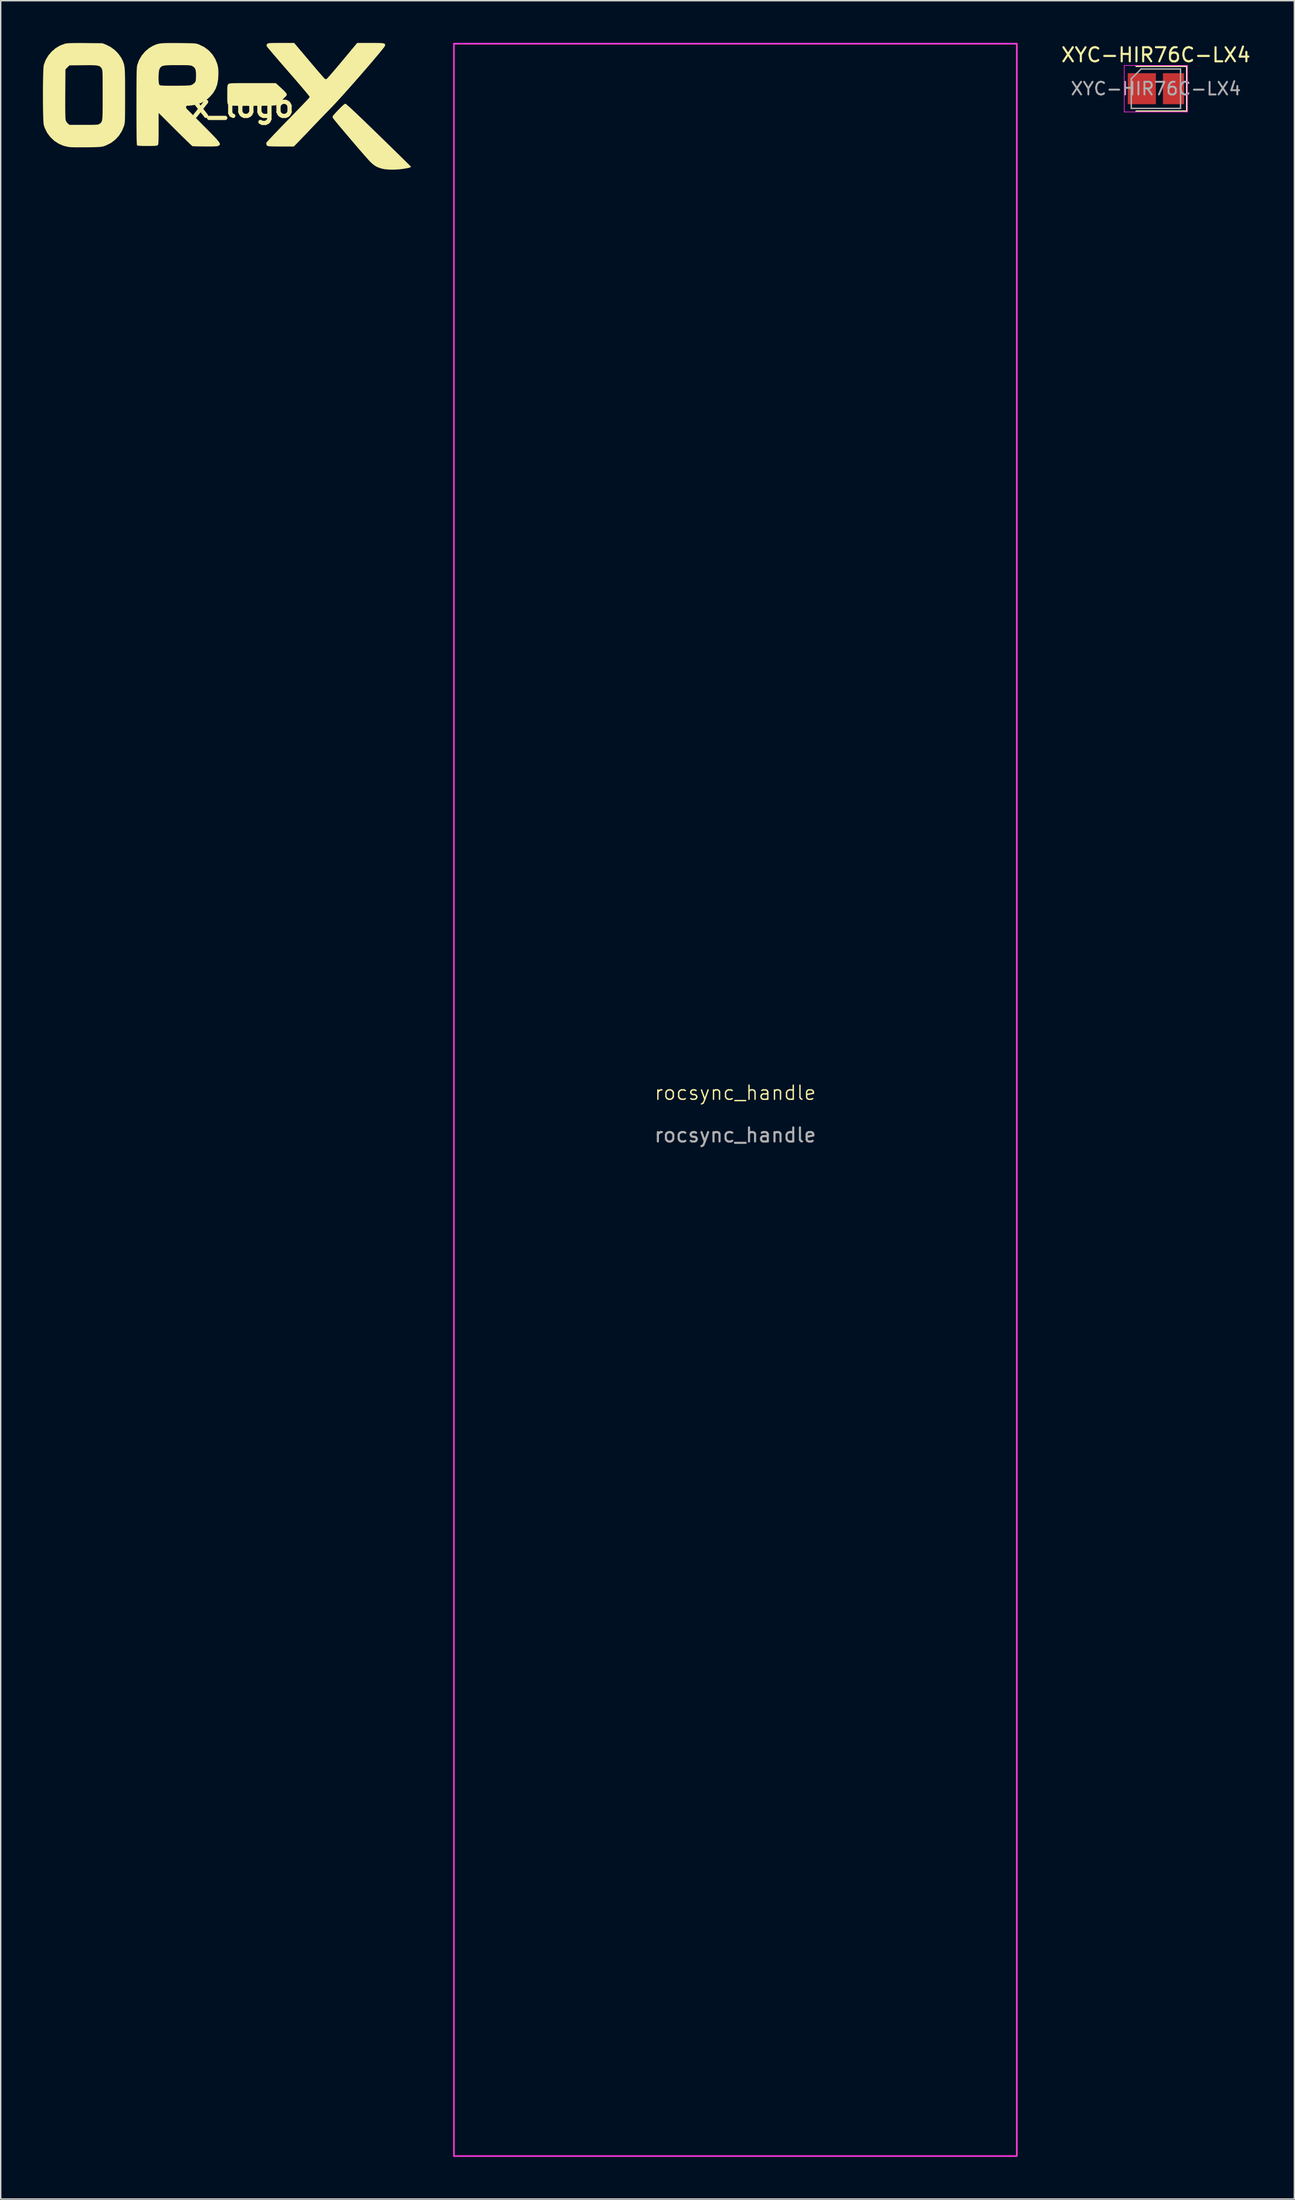
<source format=kicad_pcb>
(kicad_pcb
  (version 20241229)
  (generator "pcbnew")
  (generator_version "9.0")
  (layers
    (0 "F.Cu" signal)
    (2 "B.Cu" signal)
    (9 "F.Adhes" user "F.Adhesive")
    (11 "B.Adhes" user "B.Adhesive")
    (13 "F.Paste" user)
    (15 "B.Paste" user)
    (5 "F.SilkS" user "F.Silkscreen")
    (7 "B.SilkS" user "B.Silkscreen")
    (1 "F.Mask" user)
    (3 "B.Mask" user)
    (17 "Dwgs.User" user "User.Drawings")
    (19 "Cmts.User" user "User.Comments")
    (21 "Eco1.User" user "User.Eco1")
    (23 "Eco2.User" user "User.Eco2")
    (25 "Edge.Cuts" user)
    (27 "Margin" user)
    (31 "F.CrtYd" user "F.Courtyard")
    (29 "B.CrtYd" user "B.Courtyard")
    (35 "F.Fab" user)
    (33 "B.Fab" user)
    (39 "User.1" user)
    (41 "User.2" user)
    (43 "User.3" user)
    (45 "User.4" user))
  (footprint "orx_logo"
    (layer "F.Cu")
    (at 13.062 4.502)
    (property "Reference" "orx_logo" (at 0 0 0) (layer "F.SilkS") (effects (font (size 1.5 1.5) (thickness 0.3))))
    (attr board_only exclude_from_pos_files exclude_from_bom)
    (fp_poly (pts (xy 3.863 -1.307) (xy 4.035 -1.147) (xy 4.155 -1.025) (xy 4.229 -0.934) (xy 4.264 -0.865) (xy 4.266 -0.809) (xy 4.251 -0.775) (xy 4.207 -0.722) (xy 4.12 -0.632) (xy 4.004 -0.52) (xy 3.874 -0.398) (xy 3.744 -0.28) (xy 3.627 -0.179) (xy 3.539 -0.107) (xy 3.501 -0.081) (xy 3.451 -0.069) (xy 3.349 -0.059) (xy 3.189 -0.052) (xy 2.969 -0.046) (xy 2.686 -0.041) (xy 2.335 -0.039) (xy 1.914 -0.038) (xy 1.803 -0.038) (xy 1.413 -0.038) (xy 1.09 -0.038) (xy 0.829 -0.039) (xy 0.622 -0.042) (xy 0.462 -0.045) (xy 0.343 -0.051) (xy 0.258 -0.058) (xy 0.199 -0.067) (xy 0.159 -0.079) (xy 0.133 -0.094) (xy 0.113 -0.113) (xy 0.113 -0.113) (xy 0.085 -0.145) (xy 0.066 -0.187) (xy 0.052 -0.25) (xy 0.044 -0.347) (xy 0.039 -0.487) (xy 0.038 -0.684) (xy 0.038 -0.844) (xy 0.038 -1.083) (xy 0.041 -1.258) (xy 0.046 -1.381) (xy 0.056 -1.464) (xy 0.072 -1.519) (xy 0.094 -1.556) (xy 0.113 -1.576) (xy 0.133 -1.594) (xy 0.159 -1.609) (xy 0.198 -1.621) (xy 0.256 -1.63) (xy 0.341 -1.637) (xy 0.458 -1.643) (xy 0.616 -1.646) (xy 0.821 -1.649) (xy 1.079 -1.65) (xy 1.398 -1.651) (xy 1.785 -1.651) (xy 1.838 -1.651) (xy 3.487 -1.651)) (stroke (width 0) (type solid)) (fill yes) (layer "F.SilkS"))
    (fp_poly (pts (xy 8.468 -0.168) (xy 8.545 -0.107) (xy 8.663 -0.004) (xy 8.824 0.142) (xy 9.029 0.333) (xy 9.28 0.57) (xy 9.578 0.854) (xy 9.925 1.188) (xy 10.322 1.572) (xy 10.77 2.007) (xy 10.794 2.03) (xy 11.14 2.367) (xy 11.47 2.688) (xy 11.78 2.991) (xy 12.067 3.272) (xy 12.327 3.526) (xy 12.555 3.75) (xy 12.747 3.94) (xy 12.901 4.091) (xy 13.011 4.201) (xy 13.074 4.266) (xy 13.088 4.281) (xy 13.075 4.314) (xy 13.007 4.347) (xy 12.88 4.38) (xy 12.687 4.416) (xy 12.518 4.443) (xy 12.196 4.479) (xy 11.865 4.495) (xy 11.547 4.492) (xy 11.264 4.469) (xy 11.105 4.442) (xy 10.848 4.372) (xy 10.626 4.275) (xy 10.422 4.14) (xy 10.216 3.956) (xy 10.084 3.816) (xy 9.956 3.674) (xy 9.797 3.493) (xy 9.612 3.281) (xy 9.407 3.045) (xy 9.189 2.792) (xy 8.963 2.528) (xy 8.735 2.26) (xy 8.511 1.996) (xy 8.296 1.743) (xy 8.098 1.507) (xy 7.921 1.295) (xy 7.772 1.115) (xy 7.656 0.973) (xy 7.58 0.876) (xy 7.554 0.84) (xy 7.529 0.798) (xy 7.52 0.758) (xy 7.531 0.711) (xy 7.569 0.648) (xy 7.64 0.562) (xy 7.748 0.442) (xy 7.9 0.282) (xy 7.981 0.197) (xy 8.164 0.013) (xy 8.302 -0.112) (xy 8.396 -0.177) (xy 8.432 -0.188)) (stroke (width 0) (type solid)) (fill yes) (layer "F.SilkS"))
    (fp_poly (pts (xy 5.868 -3.23) (xy 6.092 -2.965) (xy 6.303 -2.718) (xy 6.494 -2.494) (xy 6.662 -2.301) (xy 6.8 -2.143) (xy 6.904 -2.027) (xy 6.969 -1.958) (xy 6.988 -1.941) (xy 7.065 -1.936) (xy 7.091 -1.941) (xy 7.126 -1.972) (xy 7.204 -2.056) (xy 7.319 -2.185) (xy 7.467 -2.354) (xy 7.641 -2.557) (xy 7.838 -2.789) (xy 8.052 -3.043) (xy 8.208 -3.229) (xy 9.269 -4.502) (xy 10.22 -4.502) (xy 10.528 -4.502) (xy 10.77 -4.499) (xy 10.952 -4.494) (xy 11.083 -4.483) (xy 11.171 -4.465) (xy 11.223 -4.44) (xy 11.248 -4.405) (xy 11.254 -4.358) (xy 11.249 -4.303) (xy 11.222 -4.254) (xy 11.149 -4.155) (xy 11.035 -4.011) (xy 10.885 -3.827) (xy 10.703 -3.608) (xy 10.494 -3.359) (xy 10.262 -3.087) (xy 10.012 -2.795) (xy 9.748 -2.491) (xy 9.476 -2.177) (xy 9.199 -1.861) (xy 8.923 -1.547) (xy 8.651 -1.241) (xy 8.389 -0.948) (xy 8.141 -0.673) (xy 7.912 -0.421) (xy 7.706 -0.198) (xy 7.527 -0.009) (xy 7.428 0.094) (xy 7.204 0.324) (xy 6.943 0.593) (xy 6.661 0.884) (xy 6.374 1.183) (xy 6.096 1.473) (xy 5.843 1.738) (xy 5.837 1.745) (xy 5.627 1.966) (xy 5.428 2.173) (xy 5.249 2.36) (xy 5.096 2.519) (xy 4.977 2.643) (xy 4.897 2.723) (xy 4.872 2.748) (xy 4.764 2.851) (xy 3.852 2.851) (xy 3.539 2.85) (xy 3.295 2.847) (xy 3.113 2.84) (xy 2.987 2.83) (xy 2.91 2.817) (xy 2.88 2.805) (xy 2.82 2.723) (xy 2.809 2.6) (xy 2.809 2.595) (xy 2.836 2.558) (xy 2.909 2.474) (xy 3.025 2.347) (xy 3.178 2.183) (xy 3.363 1.987) (xy 3.574 1.766) (xy 3.807 1.523) (xy 4.041 1.282) (xy 4.397 0.916) (xy 4.703 0.6) (xy 4.965 0.33) (xy 5.185 0.102) (xy 5.367 -0.086) (xy 5.515 -0.241) (xy 5.632 -0.364) (xy 5.722 -0.46) (xy 5.788 -0.533) (xy 5.834 -0.586) (xy 5.864 -0.624) (xy 5.881 -0.649) (xy 5.888 -0.667) (xy 5.89 -0.68) (xy 5.89 -0.682) (xy 5.866 -0.719) (xy 5.797 -0.808) (xy 5.687 -0.942) (xy 5.539 -1.118) (xy 5.36 -1.331) (xy 5.152 -1.574) (xy 4.92 -1.844) (xy 4.668 -2.135) (xy 4.401 -2.442) (xy 4.385 -2.46) (xy 4.116 -2.769) (xy 3.861 -3.063) (xy 3.625 -3.336) (xy 3.411 -3.585) (xy 3.225 -3.803) (xy 3.07 -3.985) (xy 2.952 -4.127) (xy 2.874 -4.222) (xy 2.841 -4.267) (xy 2.841 -4.268) (xy 2.823 -4.347) (xy 2.864 -4.42) (xy 2.87 -4.427) (xy 2.895 -4.45) (xy 2.928 -4.468) (xy 2.978 -4.482) (xy 3.055 -4.491) (xy 3.168 -4.497) (xy 3.327 -4.5) (xy 3.541 -4.502) (xy 3.819 -4.502) (xy 3.866 -4.502) (xy 4.793 -4.502)) (stroke (width 0) (type solid)) (fill yes) (layer "F.SilkS"))
    (fp_poly (pts (xy -10.173 -4.496) (xy -10.028 -4.494) (xy -8.836 -4.482) (xy -8.573 -4.379) (xy -8.249 -4.215) (xy -7.951 -3.995) (xy -7.692 -3.73) (xy -7.487 -3.434) (xy -7.41 -3.283) (xy -7.37 -3.19) (xy -7.336 -3.103) (xy -7.307 -3.015) (xy -7.284 -2.919) (xy -7.265 -2.809) (xy -7.251 -2.676) (xy -7.24 -2.514) (xy -7.233 -2.316) (xy -7.227 -2.075) (xy -7.224 -1.784) (xy -7.223 -1.436) (xy -7.222 -1.023) (xy -7.222 -0.769) (xy -7.222 -0.337) (xy -7.223 0.028) (xy -7.225 0.331) (xy -7.227 0.579) (xy -7.23 0.779) (xy -7.235 0.939) (xy -7.242 1.064) (xy -7.25 1.162) (xy -7.26 1.239) (xy -7.273 1.302) (xy -7.288 1.358) (xy -7.291 1.369) (xy -7.444 1.745) (xy -7.657 2.081) (xy -7.924 2.37) (xy -8.24 2.606) (xy -8.598 2.783) (xy -8.742 2.834) (xy -8.819 2.854) (xy -8.914 2.87) (xy -9.034 2.883) (xy -9.191 2.892) (xy -9.393 2.9) (xy -9.651 2.905) (xy -9.961 2.909) (xy -10.243 2.911) (xy -10.512 2.911) (xy -10.756 2.909) (xy -10.961 2.905) (xy -11.115 2.899) (xy -11.199 2.892) (xy -11.578 2.809) (xy -11.93 2.66) (xy -12.25 2.453) (xy -12.527 2.194) (xy -12.756 1.891) (xy -12.927 1.551) (xy -13.001 1.324) (xy -13.015 1.23) (xy -13.027 1.07) (xy -13.038 0.853) (xy -13.046 0.589) (xy -13.053 0.287) (xy -13.058 -0.044) (xy -13.061 -0.395) (xy -13.061 -0.397) (xy -11.476 -0.397) (xy -11.476 0.021) (xy -11.473 0.365) (xy -11.468 0.634) (xy -11.461 0.828) (xy -11.451 0.948) (xy -11.445 0.982) (xy -11.387 1.101) (xy -11.3 1.207) (xy -11.29 1.217) (xy -11.175 1.313) (xy -10.151 1.313) (xy -9.846 1.313) (xy -9.608 1.312) (xy -9.426 1.309) (xy -9.292 1.304) (xy -9.196 1.297) (xy -9.13 1.286) (xy -9.084 1.27) (xy -9.049 1.25) (xy -9.028 1.235) (xy -8.98 1.197) (xy -8.94 1.16) (xy -8.908 1.117) (xy -8.881 1.062) (xy -8.861 0.988) (xy -8.845 0.888) (xy -8.834 0.756) (xy -8.826 0.585) (xy -8.821 0.368) (xy -8.818 0.099) (xy -8.817 -0.228) (xy -8.817 -0.622) (xy -8.817 -0.814) (xy -8.817 -1.223) (xy -8.818 -1.564) (xy -8.819 -1.843) (xy -8.821 -2.068) (xy -8.824 -2.245) (xy -8.829 -2.381) (xy -8.836 -2.482) (xy -8.844 -2.556) (xy -8.855 -2.609) (xy -8.869 -2.649) (xy -8.885 -2.681) (xy -8.893 -2.694) (xy -8.938 -2.761) (xy -8.989 -2.814) (xy -9.054 -2.854) (xy -9.142 -2.884) (xy -9.262 -2.904) (xy -9.422 -2.916) (xy -9.632 -2.921) (xy -9.901 -2.922) (xy -10.207 -2.919) (xy -11.179 -2.908) (xy -11.321 -2.766) (xy -11.462 -2.625) (xy -11.473 -0.89) (xy -11.476 -0.397) (xy -13.061 -0.397) (xy -13.062 -0.756) (xy -13.062 -1.119) (xy -13.059 -1.474) (xy -13.055 -1.811) (xy -13.048 -2.122) (xy -13.04 -2.398) (xy -13.03 -2.628) (xy -13.018 -2.805) (xy -13.005 -2.919) (xy -13.001 -2.938) (xy -12.875 -3.28) (xy -12.688 -3.598) (xy -12.449 -3.883) (xy -12.169 -4.125) (xy -11.856 -4.314) (xy -11.521 -4.441) (xy -11.421 -4.465) (xy -11.311 -4.479) (xy -11.128 -4.489) (xy -10.876 -4.495) (xy -10.557 -4.497)) (stroke (width 0) (type solid)) (fill yes) (layer "F.SilkS"))
    (fp_poly (pts (xy -3.73 -4.498) (xy -3.387 -4.495) (xy -3.056 -4.491) (xy -2.79 -4.487) (xy -2.58 -4.483) (xy -2.418 -4.477) (xy -2.294 -4.469) (xy -2.2 -4.458) (xy -2.125 -4.444) (xy -2.06 -4.426) (xy -1.997 -4.403) (xy -1.97 -4.393) (xy -1.598 -4.209) (xy -1.279 -3.973) (xy -1.016 -3.689) (xy -0.811 -3.359) (xy -0.689 -3.058) (xy -0.645 -2.907) (xy -0.616 -2.77) (xy -0.599 -2.622) (xy -0.592 -2.439) (xy -0.591 -2.307) (xy -0.612 -1.901) (xy -0.678 -1.545) (xy -0.795 -1.23) (xy -0.966 -0.945) (xy -1.195 -0.678) (xy -1.217 -0.657) (xy -1.488 -0.427) (xy -1.782 -0.256) (xy -2.109 -0.138) (xy -2.483 -0.068) (xy -2.674 -0.05) (xy -3.044 -0.026) (xy -1.766 1.256) (xy -1.459 1.564) (xy -1.202 1.823) (xy -0.99 2.04) (xy -0.821 2.217) (xy -0.691 2.359) (xy -0.596 2.472) (xy -0.532 2.56) (xy -0.496 2.627) (xy -0.485 2.679) (xy -0.494 2.719) (xy -0.52 2.753) (xy -0.56 2.785) (xy -0.571 2.793) (xy -0.609 2.812) (xy -0.668 2.827) (xy -0.756 2.837) (xy -0.883 2.844) (xy -1.06 2.848) (xy -1.295 2.849) (xy -1.518 2.848) (xy -1.768 2.847) (xy -1.994 2.844) (xy -2.186 2.839) (xy -2.331 2.834) (xy -2.419 2.829) (xy -2.439 2.826) (xy -2.476 2.796) (xy -2.561 2.718) (xy -2.688 2.598) (xy -2.85 2.442) (xy -3.043 2.254) (xy -3.26 2.041) (xy -3.497 1.807) (xy -3.667 1.638) (xy -4.84 0.469) (xy -4.84 1.583) (xy -4.84 1.907) (xy -4.842 2.164) (xy -4.845 2.362) (xy -4.85 2.51) (xy -4.858 2.615) (xy -4.868 2.685) (xy -4.882 2.729) (xy -4.899 2.755) (xy -4.899 2.755) (xy -4.931 2.776) (xy -4.986 2.792) (xy -5.074 2.803) (xy -5.206 2.81) (xy -5.392 2.813) (xy -5.642 2.814) (xy -5.918 2.812) (xy -6.124 2.806) (xy -6.266 2.796) (xy -6.348 2.781) (xy -6.371 2.769) (xy -6.38 2.742) (xy -6.388 2.677) (xy -6.394 2.57) (xy -6.4 2.418) (xy -6.405 2.217) (xy -6.409 1.962) (xy -6.411 1.65) (xy -6.414 1.277) (xy -6.415 0.839) (xy -6.416 0.332) (xy -6.416 0.000379) (xy -6.415 -0.532) (xy -6.415 -0.995) (xy -6.414 -1.393) (xy -6.412 -1.731) (xy -6.409 -2.016) (xy -6.408 -2.053) (xy -4.846 -2.053) (xy -4.843 -1.869) (xy -4.831 -1.706) (xy -4.809 -1.584) (xy -4.781 -1.522) (xy -4.754 -1.504) (xy -4.709 -1.49) (xy -4.636 -1.48) (xy -4.528 -1.473) (xy -4.375 -1.468) (xy -4.17 -1.465) (xy -3.903 -1.464) (xy -3.702 -1.463) (xy -3.426 -1.465) (xy -3.168 -1.469) (xy -2.94 -1.475) (xy -2.753 -1.482) (xy -2.618 -1.491) (xy -2.549 -1.501) (xy -2.434 -1.553) (xy -2.323 -1.636) (xy -2.305 -1.653) (xy -2.255 -1.709) (xy -2.222 -1.765) (xy -2.203 -1.837) (xy -2.192 -1.944) (xy -2.185 -2.104) (xy -2.184 -2.15) (xy -2.185 -2.387) (xy -2.208 -2.563) (xy -2.257 -2.693) (xy -2.337 -2.789) (xy -2.441 -2.858) (xy -2.488 -2.879) (xy -2.544 -2.896) (xy -2.621 -2.908) (xy -2.727 -2.917) (xy -2.873 -2.922) (xy -3.068 -2.925) (xy -3.322 -2.926) (xy -3.508 -2.926) (xy -3.829 -2.926) (xy -4.085 -2.921) (xy -4.283 -2.912) (xy -4.434 -2.897) (xy -4.545 -2.872) (xy -4.626 -2.836) (xy -4.686 -2.789) (xy -4.734 -2.726) (xy -4.771 -2.661) (xy -4.803 -2.565) (xy -4.826 -2.419) (xy -4.84 -2.243) (xy -4.846 -2.053) (xy -6.408 -2.053) (xy -6.406 -2.252) (xy -6.401 -2.444) (xy -6.395 -2.598) (xy -6.389 -2.718) (xy -6.381 -2.811) (xy -6.371 -2.881) (xy -6.361 -2.934) (xy -6.36 -2.938) (xy -6.232 -3.287) (xy -6.041 -3.612) (xy -5.798 -3.901) (xy -5.512 -4.14) (xy -5.284 -4.276) (xy -5.16 -4.336) (xy -5.045 -4.385) (xy -4.932 -4.423) (xy -4.809 -4.452) (xy -4.669 -4.473) (xy -4.5 -4.487) (xy -4.293 -4.495) (xy -4.04 -4.498)) (stroke (width 0) (type solid)) (fill yes) (layer "F.SilkS")))
  (footprint "XYC-HIR76C-LX4"
    (layer "F.Cu")
    (at 79.089 3.248)
    (property "Reference" "XYC-HIR76C-LX4" (at 0 -2.4 0) (layer "F.SilkS") (effects (font (size 1 1) (thickness 0.15))))
    (attr smd)
    (fp_line (start -1.4 -1.6) (end 2.2 -1.6) (stroke (width 0.12) (type solid)) (layer "F.SilkS"))
    (fp_line (start -1.4 1.6) (end 2.2 1.6) (stroke (width 0.12) (type solid)) (layer "F.SilkS"))
    (fp_line (start 2.2 1.6) (end 2.2 -1.6) (stroke (width 0.12) (type solid)) (layer "F.SilkS"))
    (fp_line (start -2.25 -1.65) (end 2.25 -1.65) (stroke (width 0.05) (type solid)) (layer "F.CrtYd"))
    (fp_line (start -2.25 1.65) (end -2.25 -1.65) (stroke (width 0.05) (type solid)) (layer "F.CrtYd"))
    (fp_line (start 2.25 -1.65) (end 2.25 1.65) (stroke (width 0.05) (type solid)) (layer "F.CrtYd"))
    (fp_line (start 2.25 1.65) (end -2.25 1.65) (stroke (width 0.05) (type solid)) (layer "F.CrtYd"))
    (fp_line (start -1.75 1.4) (end -1.75 -0.7) (stroke (width 0.1) (type solid)) (layer "F.Fab"))
    (fp_line (start -1.05 -1.4) (end -1.75 -0.7) (stroke (width 0.1) (type solid)) (layer "F.Fab"))
    (fp_line (start -1.05 -1.4) (end 1.75 -1.4) (stroke (width 0.1) (type solid)) (layer "F.Fab"))
    (fp_line (start 1.75 -1.4) (end 1.75 1.4) (stroke (width 0.1) (type solid)) (layer "F.Fab"))
    (fp_line (start 1.75 1.4) (end -1.75 1.4) (stroke (width 0.1) (type solid)) (layer "F.Fab"))
    (fp_text user "${REFERENCE}" (at 0 0 0) (layer "F.Fab") (effects (font (size 0.9 0.9) (thickness 0.135))))
    (pad "1" smd rect (at 1.25 0) (size 1.5 2.2) (layers "F.Cu" "F.Mask" "F.Paste"))
    (pad "2" smd rect (at -1 0) (size 2 2.2) (layers "F.Cu" "F.Mask" "F.Paste")))
  (footprint "rocsync_handle"
    (layer "F.Cu")
    (at 49.2 75.05)
    (property "Reference" "rocsync_handle" (at 0 -0.5 0) (unlocked yes) (layer "F.SilkS") (effects (font (size 1 1) (thickness 0.1))))
    (fp_rect (start -20 -75) (end 20 75) (stroke (width 0.1) (type default)) (fill no) (layer "F.SilkS"))
    (fp_rect (start -20 -75) (end 20 75) (stroke (width 0.1) (type default)) (fill no) (layer "F.CrtYd"))
    (fp_text user "${REFERENCE}" (at 0 2.5 0) (unlocked yes) (layer "F.Fab") (effects (font (size 1 1) (thickness 0.15)))))
  (gr_rect
    (start -3 -3)
    (end 88.929 153.1)
    (stroke (width 0.1) (type default))
    (fill no)
    (layer "Edge.Cuts")))
</source>
